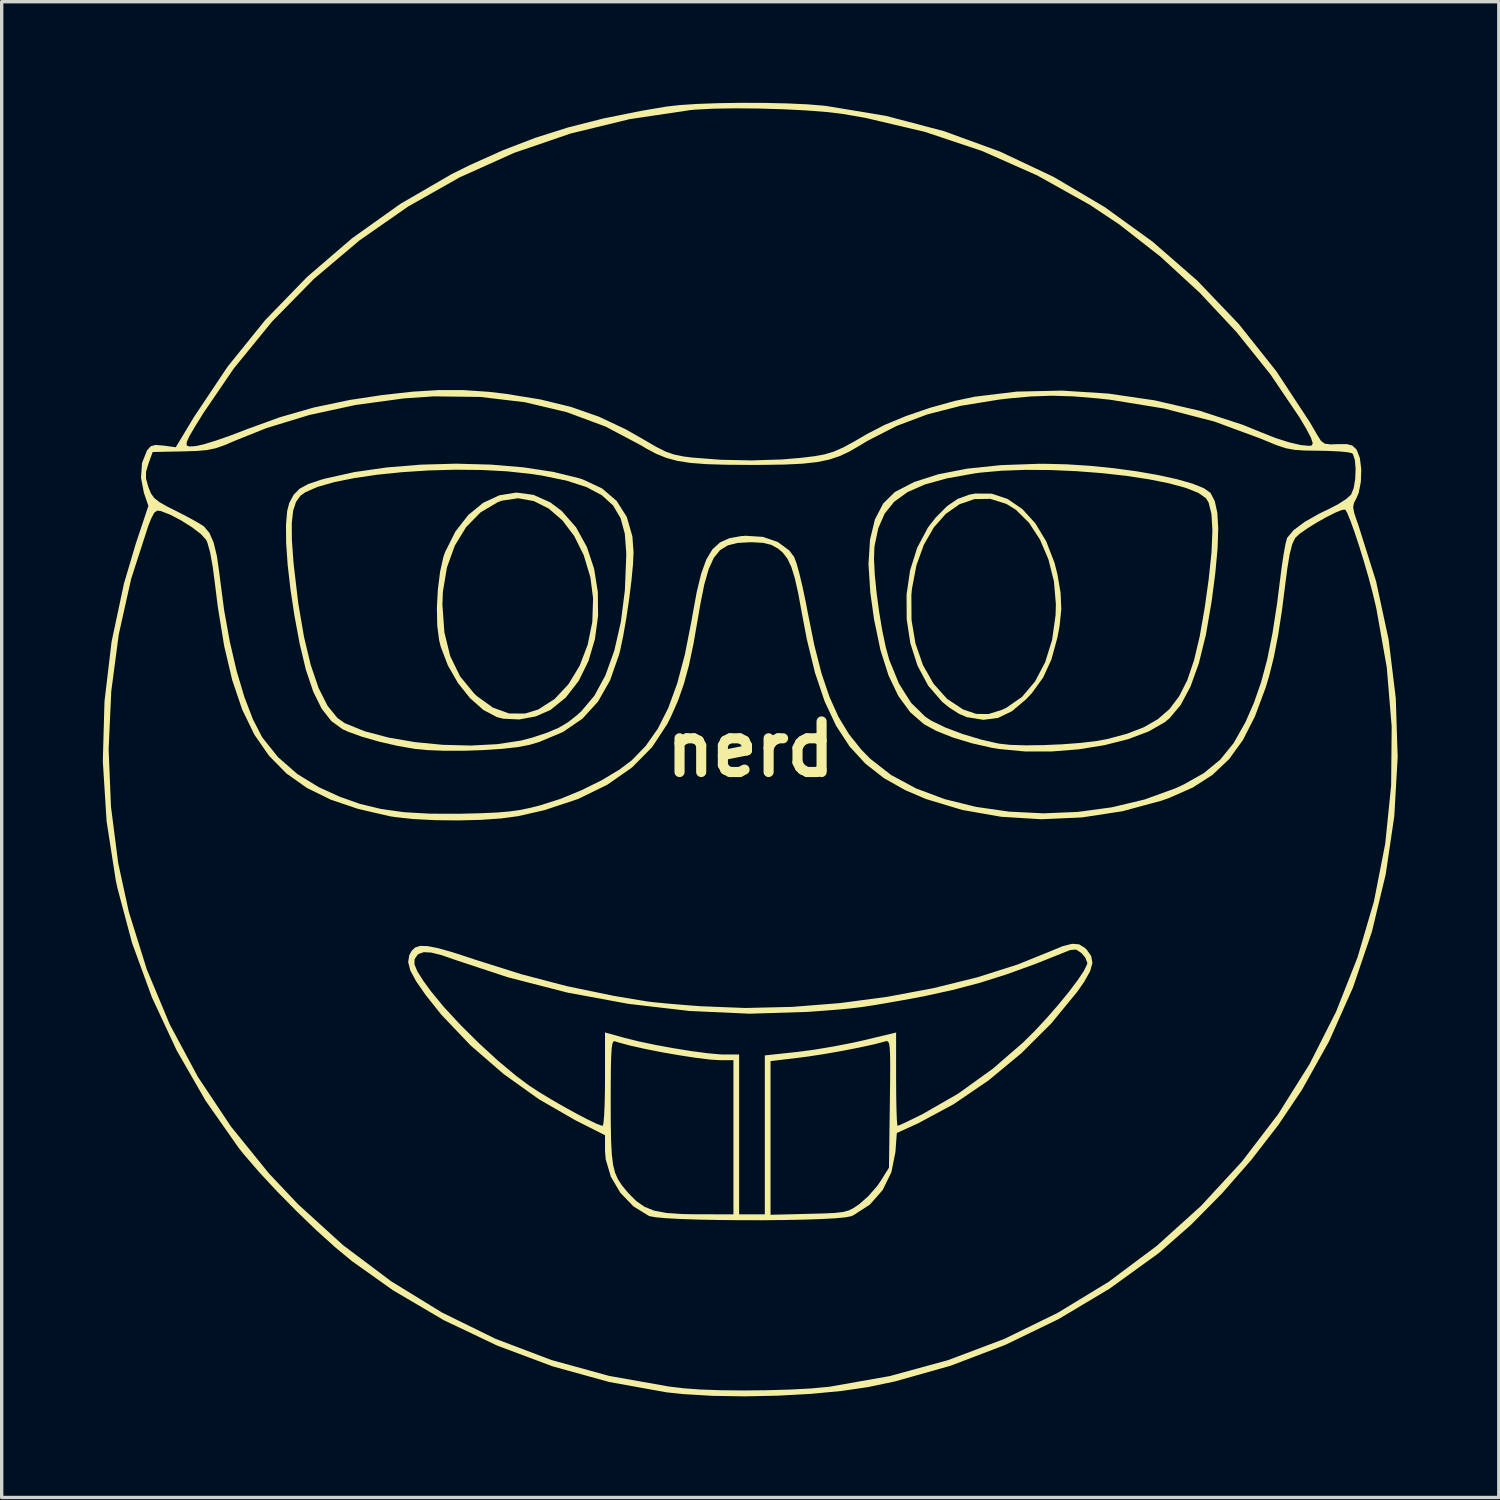
<source format=kicad_pcb>
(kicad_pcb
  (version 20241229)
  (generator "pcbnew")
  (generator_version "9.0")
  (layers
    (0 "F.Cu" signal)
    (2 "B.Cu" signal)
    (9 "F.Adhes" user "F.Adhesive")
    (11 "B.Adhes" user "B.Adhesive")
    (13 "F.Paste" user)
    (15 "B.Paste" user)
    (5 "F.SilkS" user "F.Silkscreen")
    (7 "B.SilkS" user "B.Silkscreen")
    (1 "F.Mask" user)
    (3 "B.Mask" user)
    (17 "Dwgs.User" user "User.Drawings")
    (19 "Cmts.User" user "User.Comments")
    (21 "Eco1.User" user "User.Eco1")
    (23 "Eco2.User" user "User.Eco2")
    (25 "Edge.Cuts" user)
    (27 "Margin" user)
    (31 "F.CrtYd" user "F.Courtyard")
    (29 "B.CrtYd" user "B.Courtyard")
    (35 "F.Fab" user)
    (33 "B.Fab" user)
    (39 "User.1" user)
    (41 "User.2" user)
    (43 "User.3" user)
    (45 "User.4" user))
  (footprint "nerd"
    (layer "F.Cu")
    (at 19.217 19.175)
    (property "Reference" "nerd" (at 0 0 0) (layer "F.SilkS") (effects (font (size 1.5 1.5) (thickness 0.3))))
    (attr board_only exclude_from_pos_files exclude_from_bom)
    (fp_poly (pts (xy -6.44 -7.544) (xy -5.941 -7.321) (xy -5.601 -7.065) (xy -5.175 -6.578) (xy -4.856 -5.998) (xy -4.641 -5.351) (xy -4.531 -4.663) (xy -4.523 -3.96) (xy -4.616 -3.269) (xy -4.808 -2.616) (xy -5.098 -2.026) (xy -5.485 -1.527) (xy -5.938 -1.162) (xy -6.374 -0.971) (xy -6.863 -0.881) (xy -7.337 -0.903) (xy -7.524 -0.95) (xy -7.929 -1.164) (xy -8.324 -1.514) (xy -8.683 -1.965) (xy -8.98 -2.483) (xy -9.191 -3.036) (xy -9.239 -3.227) (xy -9.295 -3.661) (xy -9.306 -4.183) (xy -9.301 -4.288) (xy -9.142 -4.288) (xy -9.083 -3.465) (xy -8.91 -2.759) (xy -8.617 -2.158) (xy -8.201 -1.651) (xy -8.117 -1.573) (xy -7.643 -1.231) (xy -7.166 -1.059) (xy -6.688 -1.056) (xy -6.299 -1.177) (xy -5.815 -1.486) (xy -5.402 -1.927) (xy -5.071 -2.473) (xy -4.832 -3.098) (xy -4.695 -3.775) (xy -4.672 -4.478) (xy -4.752 -5.097) (xy -4.949 -5.753) (xy -5.231 -6.321) (xy -5.582 -6.786) (xy -5.987 -7.136) (xy -6.431 -7.36) (xy -6.898 -7.443) (xy -7.371 -7.373) (xy -7.501 -7.326) (xy -8.011 -7.024) (xy -8.439 -6.587) (xy -8.775 -6.036) (xy -9.008 -5.389) (xy -9.128 -4.666) (xy -9.142 -4.288) (xy -9.301 -4.288) (xy -9.277 -4.737) (xy -9.211 -5.263) (xy -9.113 -5.703) (xy -9.065 -5.842) (xy -8.756 -6.457) (xy -8.373 -6.948) (xy -7.933 -7.308) (xy -7.452 -7.531) (xy -6.949 -7.612)) (stroke (width 0) (type solid)) (fill yes) (layer "F.SilkS"))
    (fp_poly (pts (xy 7.153 -7.58) (xy 7.624 -7.423) (xy 8.061 -7.124) (xy 8.448 -6.7) (xy 8.772 -6.164) (xy 9.017 -5.531) (xy 9.106 -5.179) (xy 9.198 -4.635) (xy 9.219 -4.154) (xy 9.168 -3.653) (xy 9.103 -3.31) (xy 8.925 -2.659) (xy 8.681 -2.126) (xy 8.346 -1.662) (xy 8.174 -1.479) (xy 7.754 -1.125) (xy 7.342 -0.926) (xy 6.905 -0.87) (xy 6.413 -0.949) (xy 6.177 -1.052) (xy 5.895 -1.233) (xy 5.688 -1.4) (xy 5.269 -1.884) (xy 4.953 -2.475) (xy 4.74 -3.142) (xy 4.632 -3.855) (xy 4.628 -4.572) (xy 4.771 -4.572) (xy 4.775 -3.834) (xy 4.893 -3.133) (xy 5.115 -2.493) (xy 5.431 -1.938) (xy 5.829 -1.493) (xy 6.298 -1.182) (xy 6.308 -1.177) (xy 6.694 -1.046) (xy 7.057 -1.041) (xy 7.454 -1.165) (xy 7.596 -1.232) (xy 8.055 -1.552) (xy 8.439 -2.007) (xy 8.739 -2.577) (xy 8.946 -3.241) (xy 9.049 -3.977) (xy 9.058 -4.301) (xy 9 -4.978) (xy 8.838 -5.626) (xy 8.587 -6.215) (xy 8.26 -6.716) (xy 7.873 -7.1) (xy 7.591 -7.275) (xy 7.112 -7.425) (xy 6.644 -7.418) (xy 6.2 -7.266) (xy 5.793 -6.981) (xy 5.436 -6.576) (xy 5.141 -6.063) (xy 4.921 -5.454) (xy 4.789 -4.761) (xy 4.771 -4.572) (xy 4.628 -4.572) (xy 4.628 -4.585) (xy 4.732 -5.301) (xy 4.943 -5.974) (xy 5.262 -6.574) (xy 5.493 -6.872) (xy 5.828 -7.208) (xy 6.141 -7.423) (xy 6.483 -7.548) (xy 6.662 -7.583)) (stroke (width 0) (type solid)) (fill yes) (layer "F.SilkS"))
    (fp_poly (pts (xy -7.715 -8.442) (xy -6.742 -8.361) (xy -5.854 -8.226) (xy -5.085 -8.037) (xy -4.97 -7.999) (xy -4.404 -7.734) (xy -3.971 -7.362) (xy -3.671 -6.888) (xy -3.506 -6.312) (xy -3.471 -5.844) (xy -3.488 -5.478) (xy -3.534 -4.997) (xy -3.602 -4.451) (xy -3.685 -3.892) (xy -3.776 -3.37) (xy -3.867 -2.936) (xy -3.899 -2.809) (xy -4.168 -2.041) (xy -4.526 -1.41) (xy -4.988 -0.903) (xy -5.566 -0.508) (xy -6.274 -0.211) (xy -6.562 -0.126) (xy -6.909 -0.06) (xy -7.381 -0.008) (xy -7.93 0.028) (xy -8.513 0.048) (xy -9.083 0.048) (xy -9.595 0.028) (xy -9.948 -0.006) (xy -10.476 -0.097) (xy -11.021 -0.223) (xy -11.531 -0.369) (xy -11.951 -0.521) (xy -12.106 -0.592) (xy -12.437 -0.833) (xy -12.725 -1.201) (xy -12.975 -1.707) (xy -13.194 -2.36) (xy -13.377 -3.129) (xy -13.531 -3.955) (xy -13.65 -4.742) (xy -13.733 -5.468) (xy -13.778 -6.113) (xy -13.783 -6.654) (xy -13.779 -6.699) (xy -13.611 -6.699) (xy -13.607 -6.205) (xy -13.562 -5.57) (xy -13.552 -5.461) (xy -13.417 -4.321) (xy -13.248 -3.331) (xy -13.047 -2.492) (xy -12.813 -1.809) (xy -12.549 -1.285) (xy -12.255 -0.923) (xy -12.038 -0.77) (xy -11.451 -0.532) (xy -10.743 -0.344) (xy -9.955 -0.208) (xy -9.126 -0.128) (xy -8.299 -0.107) (xy -7.515 -0.148) (xy -6.815 -0.254) (xy -6.477 -0.342) (xy -6.03 -0.491) (xy -5.696 -0.632) (xy -5.422 -0.794) (xy -5.155 -1.004) (xy -5.02 -1.126) (xy -4.632 -1.587) (xy -4.305 -2.192) (xy -4.042 -2.925) (xy -3.849 -3.769) (xy -3.729 -4.71) (xy -3.688 -5.73) (xy -3.689 -5.842) (xy -3.731 -6.394) (xy -3.857 -6.853) (xy -4.079 -7.229) (xy -4.411 -7.532) (xy -4.866 -7.774) (xy -5.457 -7.965) (xy -6.197 -8.117) (xy -6.529 -8.167) (xy -7.225 -8.242) (xy -7.977 -8.282) (xy -8.761 -8.29) (xy -9.555 -8.268) (xy -10.335 -8.217) (xy -11.078 -8.141) (xy -11.76 -8.041) (xy -12.357 -7.92) (xy -12.847 -7.78) (xy -13.206 -7.623) (xy -13.353 -7.518) (xy -13.485 -7.335) (xy -13.571 -7.069) (xy -13.611 -6.699) (xy -13.779 -6.699) (xy -13.747 -7.07) (xy -13.685 -7.305) (xy -13.556 -7.546) (xy -13.382 -7.724) (xy -13.124 -7.864) (xy -12.746 -7.992) (xy -12.615 -8.028) (xy -11.747 -8.221) (xy -10.788 -8.358) (xy -9.773 -8.441) (xy -8.737 -8.469)) (stroke (width 0) (type solid)) (fill yes) (layer "F.SilkS"))
    (fp_poly (pts (xy 9.383 -8.45) (xy 10.087 -8.404) (xy 10.789 -8.333) (xy 11.465 -8.241) (xy 12.093 -8.131) (xy 12.649 -8.009) (xy 13.108 -7.878) (xy 13.446 -7.743) (xy 13.641 -7.607) (xy 13.649 -7.597) (xy 13.772 -7.357) (xy 13.848 -7.011) (xy 13.875 -6.548) (xy 13.855 -5.957) (xy 13.788 -5.225) (xy 13.682 -4.403) (xy 13.509 -3.395) (xy 13.3 -2.547) (xy 13.051 -1.855) (xy 12.761 -1.312) (xy 12.428 -0.914) (xy 12.29 -0.8) (xy 11.813 -0.526) (xy 11.206 -0.297) (xy 10.5 -0.118) (xy 9.731 0.006) (xy 8.931 0.069) (xy 8.134 0.068) (xy 7.374 -0.004) (xy 7.154 -0.04) (xy 6.563 -0.175) (xy 5.998 -0.347) (xy 5.508 -0.542) (xy 5.146 -0.739) (xy 4.735 -1.096) (xy 4.385 -1.576) (xy 4.092 -2.188) (xy 3.853 -2.941) (xy 3.665 -3.842) (xy 3.553 -4.641) (xy 3.498 -5.489) (xy 3.508 -5.643) (xy 3.662 -5.643) (xy 3.685 -5.182) (xy 3.738 -4.645) (xy 3.814 -4.077) (xy 3.907 -3.522) (xy 4.012 -3.023) (xy 4.115 -2.649) (xy 4.405 -1.94) (xy 4.762 -1.375) (xy 5.184 -0.962) (xy 5.367 -0.841) (xy 5.779 -0.642) (xy 6.298 -0.447) (xy 6.861 -0.278) (xy 7.366 -0.164) (xy 7.702 -0.127) (xy 8.159 -0.113) (xy 8.691 -0.12) (xy 9.249 -0.144) (xy 9.789 -0.185) (xy 10.262 -0.241) (xy 10.581 -0.299) (xy 11.166 -0.457) (xy 11.663 -0.648) (xy 12.08 -0.887) (xy 12.429 -1.19) (xy 12.717 -1.572) (xy 12.957 -2.048) (xy 13.156 -2.635) (xy 13.325 -3.346) (xy 13.474 -4.199) (xy 13.591 -5.038) (xy 13.675 -5.837) (xy 13.702 -6.485) (xy 13.673 -6.979) (xy 13.588 -7.318) (xy 13.508 -7.446) (xy 13.28 -7.605) (xy 12.907 -7.752) (xy 12.41 -7.887) (xy 11.814 -8.006) (xy 11.141 -8.108) (xy 10.416 -8.189) (xy 9.66 -8.247) (xy 8.898 -8.28) (xy 8.152 -8.285) (xy 7.446 -8.26) (xy 6.803 -8.202) (xy 6.639 -8.179) (xy 5.83 -8.034) (xy 5.174 -7.853) (xy 4.656 -7.625) (xy 4.262 -7.34) (xy 3.978 -6.987) (xy 3.789 -6.554) (xy 3.68 -6.032) (xy 3.674 -5.984) (xy 3.662 -5.643) (xy 3.508 -5.643) (xy 3.544 -6.216) (xy 3.69 -6.817) (xy 3.935 -7.288) (xy 4.278 -7.625) (xy 4.298 -7.638) (xy 4.858 -7.927) (xy 5.571 -8.155) (xy 6.429 -8.322) (xy 7.426 -8.426) (xy 8.555 -8.466) (xy 8.702 -8.466)) (stroke (width 0) (type solid)) (fill yes) (layer "F.SilkS"))
    (fp_poly (pts (xy 9.747 5.791) (xy 9.916 5.894) (xy 9.976 5.953) (xy 10.108 6.141) (xy 10.142 6.344) (xy 10.074 6.589) (xy 9.896 6.905) (xy 9.693 7.197) (xy 8.924 8.134) (xy 8.034 9.022) (xy 7.057 9.83) (xy 6.029 10.531) (xy 4.984 11.094) (xy 4.896 11.135) (xy 4.339 11.388) (xy 4.298 11.953) (xy 4.178 12.551) (xy 3.921 13.078) (xy 3.542 13.51) (xy 3.059 13.824) (xy 2.987 13.856) (xy 2.818 13.89) (xy 2.505 13.919) (xy 2.075 13.942) (xy 1.553 13.959) (xy 0.966 13.97) (xy 0.339 13.976) (xy -0.302 13.975) (xy -0.931 13.969) (xy -1.523 13.958) (xy -2.052 13.94) (xy -2.492 13.917) (xy -2.817 13.888) (xy -3.001 13.854) (xy -3.012 13.85) (xy -3.071 13.814) (xy 0.593 13.814) (xy 1.728 13.786) (xy 2.187 13.774) (xy 2.513 13.758) (xy 2.741 13.731) (xy 2.907 13.688) (xy 3.045 13.62) (xy 3.193 13.521) (xy 3.231 13.494) (xy 3.498 13.257) (xy 3.756 12.961) (xy 3.852 12.823) (xy 4.106 12.418) (xy 4.132 10.52) (xy 4.14 9.906) (xy 4.143 9.442) (xy 4.14 9.107) (xy 4.13 8.881) (xy 4.112 8.745) (xy 4.083 8.678) (xy 4.043 8.661) (xy 4.005 8.668) (xy 3.679 8.754) (xy 3.235 8.851) (xy 2.724 8.951) (xy 2.195 9.044) (xy 1.7 9.12) (xy 1.46 9.151) (xy 0.593 9.255) (xy 0.593 11.534) (xy 0.593 13.814) (xy -3.071 13.814) (xy -3.476 13.564) (xy -3.862 13.163) (xy -4.145 12.685) (xy -4.298 12.168) (xy -4.318 11.91) (xy -4.318 11.454) (xy -5.186 11.016) (xy -6.277 10.388) (xy -7.329 9.636) (xy -8.307 8.789) (xy -9.174 7.878) (xy -9.638 7.295) (xy -9.922 6.886) (xy -10.093 6.569) (xy -10.14 6.388) (xy -9.97 6.388) (xy -9.884 6.596) (xy -9.7 6.885) (xy -9.484 7.181) (xy -9.094 7.655) (xy -8.604 8.183) (xy -8.057 8.725) (xy -7.494 9.242) (xy -6.956 9.692) (xy -6.572 9.978) (xy -6.281 10.168) (xy -5.929 10.382) (xy -5.55 10.601) (xy -5.175 10.808) (xy -4.838 10.984) (xy -4.572 11.112) (xy -4.408 11.173) (xy -4.387 11.176) (xy -4.364 11.096) (xy -4.344 10.875) (xy -4.329 10.54) (xy -4.327 10.45) (xy -4.149 10.45) (xy -4.147 11.111) (xy -4.137 11.628) (xy -4.116 12.026) (xy -4.078 12.332) (xy -4.018 12.57) (xy -3.932 12.765) (xy -3.814 12.944) (xy -3.659 13.131) (xy -3.631 13.164) (xy -3.393 13.405) (xy -3.146 13.577) (xy -2.856 13.693) (xy -2.49 13.761) (xy -2.013 13.793) (xy -1.587 13.799) (xy -0.508 13.801) (xy -0.508 11.515) (xy -0.508 9.229) (xy -0.896 9.229) (xy -1.196 9.21) (xy -1.613 9.159) (xy -2.103 9.084) (xy -2.623 8.994) (xy -3.127 8.894) (xy -3.572 8.795) (xy -3.914 8.703) (xy -4.027 8.665) (xy -4.067 8.67) (xy -4.098 8.735) (xy -4.12 8.878) (xy -4.135 9.119) (xy -4.144 9.476) (xy -4.148 9.969) (xy -4.149 10.45) (xy -4.327 10.45) (xy -4.32 10.12) (xy -4.318 9.79) (xy -4.318 8.405) (xy -3.747 8.564) (xy -3.324 8.669) (xy -2.819 8.775) (xy -2.279 8.874) (xy -1.747 8.959) (xy -1.271 9.022) (xy -0.894 9.056) (xy -0.774 9.059) (xy -0.339 9.059) (xy -0.339 11.43) (xy -0.339 13.801) (xy 0.042 13.801) (xy 0.423 13.801) (xy 0.423 11.443) (xy 0.423 9.086) (xy 1.376 8.984) (xy 1.88 8.918) (xy 2.459 8.821) (xy 3.026 8.711) (xy 3.323 8.645) (xy 4.318 8.407) (xy 4.318 9.792) (xy 4.321 10.254) (xy 4.328 10.651) (xy 4.338 10.955) (xy 4.352 11.136) (xy 4.362 11.176) (xy 4.452 11.14) (xy 4.658 11.045) (xy 4.941 10.907) (xy 5.103 10.827) (xy 6.154 10.223) (xy 7.187 9.481) (xy 8.088 8.701) (xy 8.434 8.357) (xy 8.788 7.976) (xy 9.13 7.584) (xy 9.441 7.204) (xy 9.699 6.862) (xy 9.887 6.581) (xy 9.982 6.388) (xy 9.991 6.342) (xy 9.932 6.188) (xy 9.817 6.05) (xy 9.657 5.945) (xy 9.486 5.96) (xy 9.415 5.987) (xy 8.459 6.369) (xy 7.601 6.68) (xy 6.794 6.935) (xy 5.988 7.147) (xy 5.135 7.333) (xy 4.53 7.446) (xy 4.029 7.534) (xy 3.638 7.6) (xy 3.311 7.65) (xy 3.001 7.688) (xy 2.662 7.721) (xy 2.248 7.754) (xy 1.712 7.794) (xy 1.693 7.795) (xy -0.027 7.849) (xy -1.811 7.768) (xy -3.623 7.557) (xy -5.43 7.223) (xy -7.198 6.769) (xy -8.714 6.268) (xy -9.156 6.115) (xy -9.474 6.035) (xy -9.694 6.023) (xy -9.843 6.075) (xy -9.889 6.113) (xy -9.969 6.236) (xy -9.97 6.388) (xy -10.14 6.388) (xy -10.158 6.319) (xy -10.125 6.11) (xy -10.049 5.976) (xy -9.947 5.882) (xy -9.797 5.837) (xy -9.58 5.843) (xy -9.273 5.903) (xy -8.857 6.02) (xy -8.308 6.198) (xy -8.17 6.245) (xy -6.798 6.678) (xy -5.45 7.031) (xy -4.055 7.32) (xy -3.048 7.488) (xy -2.859 7.51) (xy -2.539 7.541) (xy -2.129 7.577) (xy -1.666 7.613) (xy -1.482 7.627) (xy -0.151 7.679) (xy 1.237 7.646) (xy 2.651 7.534) (xy 4.058 7.347) (xy 5.428 7.09) (xy 6.727 6.769) (xy 7.925 6.388) (xy 8.879 6.003) (xy 9.264 5.844) (xy 9.541 5.774)) (stroke (width 0) (type solid)) (fill yes) (layer "F.SilkS"))
    (fp_poly (pts (xy 0.425 -19.172) (xy 1.088 -19.157) (xy 1.687 -19.13) (xy 2.182 -19.089) (xy 2.244 -19.082) (xy 4.02 -18.787) (xy 5.741 -18.333) (xy 7.401 -17.728) (xy 8.991 -16.977) (xy 10.502 -16.084) (xy 11.927 -15.055) (xy 13.257 -13.896) (xy 14.484 -12.612) (xy 15.6 -11.209) (xy 16.597 -9.692) (xy 16.815 -9.317) (xy 16.924 -9.145) (xy 17.036 -9.062) (xy 17.212 -9.041) (xy 17.414 -9.048) (xy 17.686 -9.05) (xy 17.849 -9.009) (xy 17.961 -8.907) (xy 17.983 -8.877) (xy 18.077 -8.636) (xy 18.118 -8.299) (xy 18.106 -7.934) (xy 18.043 -7.606) (xy 17.974 -7.444) (xy 17.901 -7.303) (xy 17.877 -7.177) (xy 17.907 -7.012) (xy 17.993 -6.755) (xy 18.025 -6.669) (xy 18.557 -4.98) (xy 18.929 -3.257) (xy 19.142 -1.513) (xy 19.198 0.239) (xy 19.098 1.987) (xy 18.843 3.717) (xy 18.434 5.417) (xy 17.872 7.073) (xy 17.16 8.674) (xy 16.361 10.103) (xy 15.661 11.145) (xy 14.855 12.187) (xy 13.979 13.188) (xy 13.07 14.108) (xy 12.16 14.908) (xy 12.065 14.984) (xy 10.648 16.008) (xy 9.139 16.908) (xy 7.56 17.673) (xy 5.934 18.293) (xy 4.281 18.759) (xy 3.471 18.928) (xy 2.683 19.043) (xy 1.779 19.128) (xy 0.809 19.181) (xy -0.178 19.201) (xy -1.131 19.186) (xy -2.001 19.134) (xy -2.498 19.081) (xy -4.19 18.776) (xy -5.869 18.312) (xy -7.513 17.697) (xy -9.099 16.942) (xy -10.604 16.057) (xy -11.826 15.189) (xy -12.319 14.782) (xy -12.878 14.277) (xy -13.466 13.711) (xy -14.046 13.122) (xy -14.581 12.547) (xy -15.034 12.021) (xy -15.189 11.826) (xy -16.166 10.433) (xy -17.026 8.937) (xy -17.759 7.366) (xy -18.35 5.747) (xy -18.786 4.11) (xy -18.832 3.895) (xy -19.105 2.138) (xy -19.217 0.361) (xy -19.207 -0.003) (xy -19.044 -0.003) (xy -18.975 1.705) (xy -18.759 3.387) (xy -18.445 4.826) (xy -17.91 6.54) (xy -17.228 8.171) (xy -16.396 9.723) (xy -15.415 11.196) (xy -14.284 12.592) (xy -13.422 13.504) (xy -12.088 14.716) (xy -10.662 15.787) (xy -9.152 16.715) (xy -7.565 17.494) (xy -5.909 18.122) (xy -4.192 18.595) (xy -2.421 18.909) (xy -1.99 18.961) (xy -1.505 18.997) (xy -0.898 19.019) (xy -0.218 19.026) (xy 0.489 19.019) (xy 1.175 18.999) (xy 1.793 18.966) (xy 2.296 18.92) (xy 2.347 18.914) (xy 4.127 18.6) (xy 5.853 18.128) (xy 7.516 17.502) (xy 9.109 16.725) (xy 10.623 15.803) (xy 12.05 14.737) (xy 13.363 13.552) (xy 14.578 12.235) (xy 15.653 10.828) (xy 16.584 9.343) (xy 17.371 7.788) (xy 18.008 6.174) (xy 18.495 4.512) (xy 18.828 2.81) (xy 19.004 1.079) (xy 19.02 -0.671) (xy 18.874 -2.429) (xy 18.562 -4.187) (xy 18.449 -4.661) (xy 18.333 -5.096) (xy 18.2 -5.556) (xy 18.06 -6.01) (xy 17.923 -6.424) (xy 17.8 -6.767) (xy 17.702 -7.006) (xy 17.645 -7.106) (xy 17.546 -7.097) (xy 17.345 -7.015) (xy 17.081 -6.882) (xy 16.792 -6.719) (xy 16.517 -6.548) (xy 16.293 -6.391) (xy 16.161 -6.268) (xy 16.158 -6.265) (xy 16.073 -6.089) (xy 15.996 -5.793) (xy 15.924 -5.359) (xy 15.877 -4.995) (xy 15.764 -4.108) (xy 15.648 -3.36) (xy 15.523 -2.723) (xy 15.385 -2.167) (xy 15.28 -1.82) (xy 14.964 -0.972) (xy 14.609 -0.273) (xy 14.196 0.298) (xy 13.706 0.762) (xy 13.121 1.138) (xy 12.423 1.447) (xy 12.188 1.53) (xy 11.03 1.843) (xy 9.833 2.026) (xy 8.625 2.08) (xy 7.432 2.006) (xy 6.283 1.805) (xy 5.205 1.48) (xy 4.589 1.217) (xy 3.956 0.86) (xy 3.409 0.433) (xy 2.939 -0.078) (xy 2.539 -0.69) (xy 2.199 -1.414) (xy 1.911 -2.268) (xy 1.668 -3.263) (xy 1.524 -4.022) (xy 1.415 -4.618) (xy 1.313 -5.071) (xy 1.209 -5.407) (xy 1.093 -5.651) (xy 0.957 -5.829) (xy 0.816 -5.949) (xy 0.617 -6.06) (xy 0.382 -6.119) (xy 0.049 -6.138) (xy -0.015 -6.138) (xy -0.378 -6.118) (xy -0.67 -6.047) (xy -0.904 -5.905) (xy -1.09 -5.676) (xy -1.242 -5.342) (xy -1.373 -4.884) (xy -1.493 -4.284) (xy -1.559 -3.895) (xy -1.694 -3.12) (xy -1.83 -2.478) (xy -1.979 -1.93) (xy -2.151 -1.44) (xy -2.358 -0.972) (xy -2.473 -0.742) (xy -2.922 -0.058) (xy -3.515 0.542) (xy -4.248 1.055) (xy -5.117 1.479) (xy -6.118 1.811) (xy -6.9 1.989) (xy -7.396 2.056) (xy -8.006 2.098) (xy -8.679 2.115) (xy -9.362 2.107) (xy -10.001 2.074) (xy -10.545 2.016) (xy -10.71 1.989) (xy -11.64 1.774) (xy -12.454 1.499) (xy -13.161 1.152) (xy -13.769 0.722) (xy -14.286 0.197) (xy -14.722 -0.432) (xy -15.083 -1.177) (xy -15.378 -2.049) (xy -15.616 -3.059) (xy -15.805 -4.217) (xy -15.885 -4.865) (xy -15.956 -5.41) (xy -16.034 -5.838) (xy -16.115 -6.128) (xy -16.153 -6.212) (xy -16.306 -6.38) (xy -16.567 -6.58) (xy -16.888 -6.783) (xy -17.219 -6.956) (xy -17.497 -7.064) (xy -17.606 -7.076) (xy -17.692 -7.013) (xy -17.781 -6.843) (xy -17.866 -6.629) (xy -18.376 -5.052) (xy -18.743 -3.406) (xy -18.966 -1.715) (xy -19.044 -0.003) (xy -19.207 -0.003) (xy -19.167 -1.418) (xy -18.958 -3.182) (xy -18.59 -4.912) (xy -18.242 -6.085) (xy -17.865 -7.217) (xy -17.999 -7.609) (xy -18.079 -8.026) (xy -17.935 -8.026) (xy -17.864 -7.772) (xy -17.862 -7.768) (xy -17.789 -7.588) (xy -17.694 -7.453) (xy -17.539 -7.33) (xy -17.29 -7.189) (xy -17.052 -7.07) (xy -16.726 -6.903) (xy -16.445 -6.749) (xy -16.254 -6.634) (xy -16.213 -6.604) (xy -16.054 -6.416) (xy -15.93 -6.132) (xy -15.832 -5.73) (xy -15.755 -5.186) (xy -15.746 -5.106) (xy -15.618 -4.125) (xy -15.449 -3.187) (xy -15.246 -2.317) (xy -15.015 -1.541) (xy -14.762 -0.883) (xy -14.496 -0.367) (xy -14.477 -0.336) (xy -14.021 0.235) (xy -13.443 0.74) (xy -12.816 1.125) (xy -12.191 1.41) (xy -11.584 1.625) (xy -10.958 1.776) (xy -10.277 1.871) (xy -9.503 1.915) (xy -8.601 1.916) (xy -8.594 1.916) (xy -8.005 1.901) (xy -7.545 1.881) (xy -7.176 1.851) (xy -6.856 1.807) (xy -6.546 1.744) (xy -6.248 1.669) (xy -5.642 1.476) (xy -5.017 1.219) (xy -4.418 0.923) (xy -3.895 0.61) (xy -3.523 0.33) (xy -3.108 -0.099) (xy -2.75 -0.61) (xy -2.442 -1.221) (xy -2.177 -1.948) (xy -1.949 -2.807) (xy -1.75 -3.816) (xy -1.725 -3.963) (xy -1.597 -4.663) (xy -1.463 -5.212) (xy -1.312 -5.628) (xy -1.131 -5.929) (xy -0.908 -6.132) (xy -0.632 -6.256) (xy -0.29 -6.319) (xy -0.147 -6.33) (xy 0.362 -6.298) (xy 0.804 -6.148) (xy 1.148 -5.895) (xy 1.293 -5.702) (xy 1.359 -5.528) (xy 1.445 -5.223) (xy 1.541 -4.821) (xy 1.639 -4.357) (xy 1.697 -4.051) (xy 1.893 -3.08) (xy 2.103 -2.256) (xy 2.338 -1.558) (xy 2.606 -0.962) (xy 2.918 -0.446) (xy 3.283 0.011) (xy 3.551 0.285) (xy 4.171 0.768) (xy 4.916 1.168) (xy 5.764 1.484) (xy 6.69 1.713) (xy 7.672 1.854) (xy 8.687 1.904) (xy 9.711 1.862) (xy 10.72 1.725) (xy 11.692 1.493) (xy 12.604 1.162) (xy 12.84 1.054) (xy 13.447 0.712) (xy 13.931 0.314) (xy 14.33 -0.177) (xy 14.681 -0.799) (xy 14.684 -0.804) (xy 14.934 -1.376) (xy 15.146 -1.985) (xy 15.327 -2.66) (xy 15.482 -3.428) (xy 15.62 -4.319) (xy 15.708 -5.018) (xy 15.763 -5.443) (xy 15.82 -5.817) (xy 15.873 -6.103) (xy 15.916 -6.262) (xy 15.92 -6.271) (xy 16.11 -6.496) (xy 16.44 -6.743) (xy 16.888 -6.996) (xy 17.124 -7.108) (xy 17.422 -7.261) (xy 17.67 -7.42) (xy 17.815 -7.551) (xy 17.816 -7.552) (xy 17.893 -7.743) (xy 17.938 -8.014) (xy 17.95 -8.31) (xy 17.929 -8.573) (xy 17.872 -8.749) (xy 17.843 -8.779) (xy 17.719 -8.808) (xy 17.465 -8.832) (xy 17.124 -8.848) (xy 16.849 -8.853) (xy 16.436 -8.859) (xy 16.131 -8.88) (xy 15.873 -8.929) (xy 15.6 -9.02) (xy 15.25 -9.163) (xy 15.155 -9.204) (xy 13.765 -9.717) (xy 12.27 -10.105) (xy 10.682 -10.364) (xy 10.287 -10.407) (xy 9.57 -10.466) (xy 8.942 -10.485) (xy 8.327 -10.464) (xy 7.652 -10.403) (xy 7.366 -10.369) (xy 6.244 -10.187) (xy 5.245 -9.931) (xy 4.334 -9.589) (xy 3.477 -9.15) (xy 3.246 -9.011) (xy 2.937 -8.831) (xy 2.641 -8.692) (xy 2.329 -8.589) (xy 1.973 -8.516) (xy 1.545 -8.469) (xy 1.016 -8.443) (xy 0.36 -8.433) (xy 0 -8.432) (xy -0.726 -8.437) (xy -1.311 -8.455) (xy -1.782 -8.491) (xy -2.169 -8.551) (xy -2.498 -8.64) (xy -2.798 -8.761) (xy -3.098 -8.921) (xy -3.246 -9.011) (xy -4.304 -9.571) (xy -5.46 -9.999) (xy -6.701 -10.293) (xy -8.018 -10.449) (xy -9.4 -10.466) (xy -10.287 -10.405) (xy -11.72 -10.21) (xy -13.087 -9.914) (xy -14.358 -9.526) (xy -15.27 -9.161) (xy -15.601 -9.019) (xy -15.867 -8.927) (xy -16.125 -8.873) (xy -16.436 -8.846) (xy -16.849 -8.833) (xy -17.738 -8.815) (xy -17.862 -8.471) (xy -17.935 -8.226) (xy -17.935 -8.026) (xy -18.079 -8.026) (xy -18.084 -8.053) (xy -18.053 -8.49) (xy -17.908 -8.858) (xy -17.902 -8.867) (xy -17.797 -8.985) (xy -17.655 -9.025) (xy -17.416 -9.006) (xy -17.053 -8.956) (xy -17.018 -9.014) (xy -16.73 -9.014) (xy -16.659 -8.98) (xy -16.516 -8.986) (xy -16.418 -8.999) (xy -16.197 -9.05) (xy -15.864 -9.153) (xy -15.461 -9.293) (xy -15.032 -9.456) (xy -14.986 -9.475) (xy -13.97 -9.845) (xy -12.959 -10.135) (xy -11.893 -10.359) (xy -10.922 -10.506) (xy -10.033 -10.605) (xy -9.249 -10.653) (xy -8.516 -10.652) (xy -7.776 -10.602) (xy -7.265 -10.542) (xy -6.237 -10.375) (xy -5.33 -10.154) (xy -4.501 -9.864) (xy -3.706 -9.49) (xy -3.175 -9.188) (xy -2.805 -8.972) (xy -2.521 -8.829) (xy -2.267 -8.74) (xy -1.989 -8.683) (xy -1.736 -8.651) (xy -0.887 -8.585) (xy 0.029 -8.566) (xy 0.928 -8.594) (xy 1.504 -8.643) (xy 1.896 -8.691) (xy 2.203 -8.747) (xy 2.473 -8.828) (xy 2.751 -8.951) (xy 3.084 -9.132) (xy 3.456 -9.35) (xy 3.98 -9.621) (xy 4.623 -9.887) (xy 5.331 -10.129) (xy 6.054 -10.33) (xy 6.647 -10.456) (xy 7.905 -10.608) (xy 9.239 -10.637) (xy 10.612 -10.549) (xy 11.987 -10.348) (xy 13.327 -10.038) (xy 14.597 -9.624) (xy 15.161 -9.395) (xy 15.576 -9.23) (xy 15.975 -9.103) (xy 16.32 -9.022) (xy 16.571 -8.998) (xy 16.653 -9.011) (xy 16.679 -9.078) (xy 16.625 -9.238) (xy 16.484 -9.507) (xy 16.286 -9.841) (xy 15.418 -11.125) (xy 14.423 -12.366) (xy 13.327 -13.538) (xy 12.158 -14.613) (xy 10.941 -15.564) (xy 10.075 -16.142) (xy 8.503 -17.021) (xy 6.872 -17.744) (xy 5.174 -18.312) (xy 3.404 -18.729) (xy 2.743 -18.843) (xy 2.258 -18.902) (xy 1.65 -18.949) (xy 0.964 -18.984) (xy 0.248 -19.005) (xy -0.454 -19.011) (xy -1.096 -19.001) (xy -1.631 -18.973) (xy -1.778 -18.96) (xy -3.587 -18.69) (xy -5.337 -18.264) (xy -7.021 -17.687) (xy -8.632 -16.962) (xy -10.163 -16.095) (xy -11.605 -15.09) (xy -12.953 -13.951) (xy -14.197 -12.684) (xy -15.332 -11.292) (xy -16.23 -9.975) (xy -16.481 -9.571) (xy -16.645 -9.29) (xy -16.727 -9.111) (xy -16.73 -9.014) (xy -17.018 -9.014) (xy -16.507 -9.862) (xy -15.516 -11.346) (xy -14.398 -12.73) (xy -13.163 -14.003) (xy -11.824 -15.155) (xy -10.39 -16.176) (xy -8.875 -17.056) (xy -8.327 -17.328) (xy -7.346 -17.768) (xy -6.388 -18.136) (xy -5.408 -18.446) (xy -4.368 -18.71) (xy -3.224 -18.94) (xy -2.498 -19.063) (xy -2.095 -19.109) (xy -1.563 -19.143) (xy -0.94 -19.165) (xy -0.264 -19.175)) (stroke (width 0) (type solid)) (fill yes) (layer "F.SilkS")))
  (gr_rect
    (start -3 -3)
    (end 41.415 41.376)
    (stroke (width 0.1) (type default))
    (fill no)
    (layer "Edge.Cuts")))
</source>
